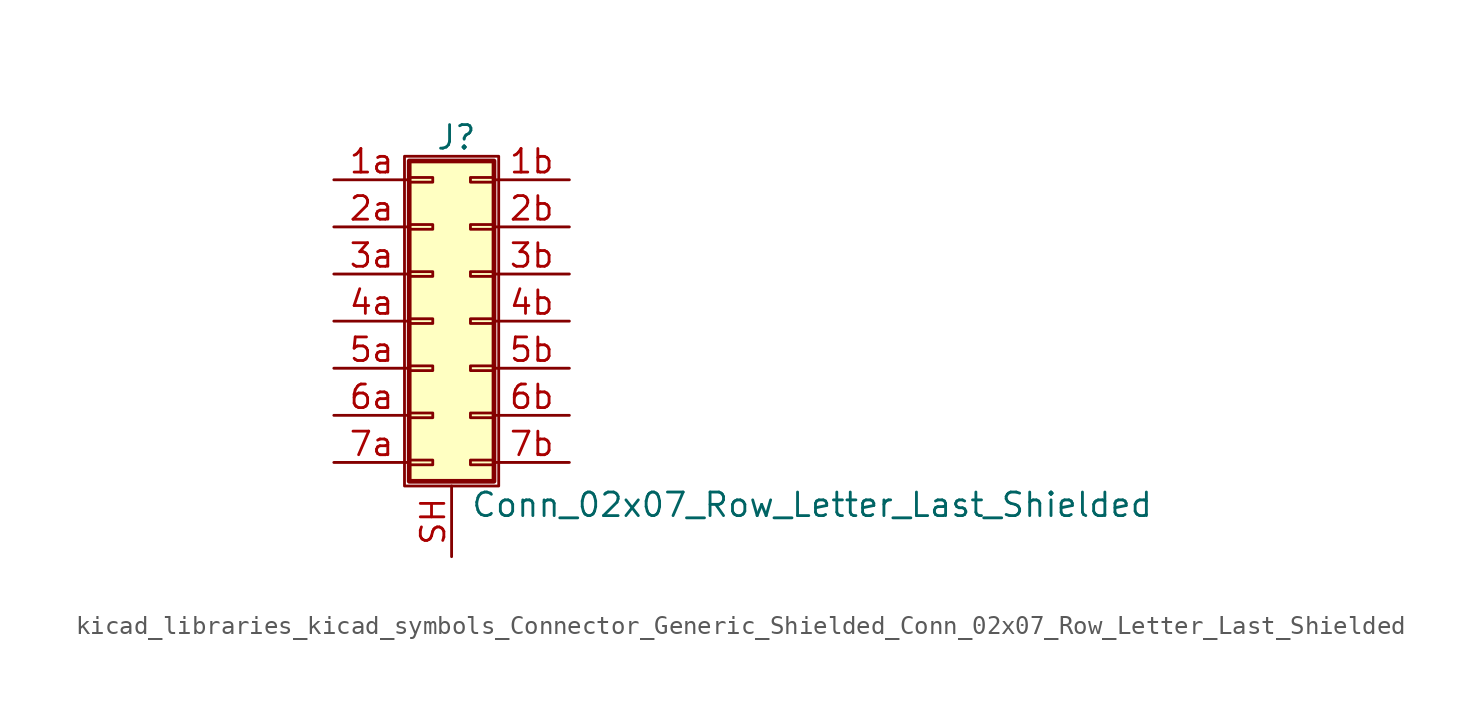
<source format=kicad_sym>
(kicad_symbol_lib
  (version 20220914)
  (generator kicad_symbol_editor)
  (symbol "kicad_libraries_kicad_symbols_Connector_Generic_Shielded_Conn_02x07_Row_Letter_Last_Shielded"
    (pin_names
      (offset 1.016) hide)
    (property "Reference" "J"
      (at 1.524 9.906 0)
      (effects (font (size 1.27 1.27))))
    (property "Value" "Conn_02x07_Row_Letter_Last_Shielded"
      (at 2.286 -9.906 0)
      (effects (font (size 1.27 1.27)) (justify left)))
    (symbol "kicad_libraries_kicad_symbols_Connector_Generic_Shielded_Conn_02x07_Row_Letter_Last_Shielded_1_1"
      (rectangle (start -1.27 8.89) (end 3.81 -8.89) (stroke (width 0.152) (type default)) (fill (type none)))
      (rectangle (start -1.016 -7.493) (end 0.254 -7.747) (stroke (width 0.152) (type default)) (fill (type none)))
      (rectangle (start -1.016 -4.953) (end 0.254 -5.207) (stroke (width 0.152) (type default)) (fill (type none)))
      (rectangle (start -1.016 -2.413) (end 0.254 -2.667) (stroke (width 0.152) (type default)) (fill (type none)))
      (rectangle (start -1.016 0.127) (end 0.254 -0.127) (stroke (width 0.152) (type default)) (fill (type none)))
      (rectangle (start -1.016 2.667) (end 0.254 2.413) (stroke (width 0.152) (type default)) (fill (type none)))
      (rectangle (start -1.016 5.207) (end 0.254 4.953) (stroke (width 0.152) (type default)) (fill (type none)))
      (rectangle (start -1.016 7.747) (end 0.254 7.493) (stroke (width 0.152) (type default)) (fill (type none)))
      (rectangle (start -1.016 8.636) (end 3.556 -8.636) (stroke (width 0.254) (type default)) (fill (type background)))
      (rectangle (start 3.556 -7.493) (end 2.286 -7.747) (stroke (width 0.152) (type default)) (fill (type none)))
      (rectangle (start 3.556 -4.953) (end 2.286 -5.207) (stroke (width 0.152) (type default)) (fill (type none)))
      (rectangle (start 3.556 -2.413) (end 2.286 -2.667) (stroke (width 0.152) (type default)) (fill (type none)))
      (rectangle (start 3.556 0.127) (end 2.286 -0.127) (stroke (width 0.152) (type default)) (fill (type none)))
      (rectangle (start 3.556 2.667) (end 2.286 2.413) (stroke (width 0.152) (type default)) (fill (type none)))
      (rectangle (start 3.556 5.207) (end 2.286 4.953) (stroke (width 0.152) (type default)) (fill (type none)))
      (rectangle (start 3.556 7.747) (end 2.286 7.493) (stroke (width 0.152) (type default)) (fill (type none)))
      (pin passive line (at -5.08 7.62 0) (length 4.064) (name "Pin_1a" (effects (font (size 1.27 1.27)))) (number "1a" (effects (font (size 1.27 1.27)))))
      (pin passive line (at 7.62 7.62 180) (length 4.064) (name "Pin_1b" (effects (font (size 1.27 1.27)))) (number "1b" (effects (font (size 1.27 1.27)))))
      (pin passive line (at -5.08 5.08 0) (length 4.064) (name "Pin_2a" (effects (font (size 1.27 1.27)))) (number "2a" (effects (font (size 1.27 1.27)))))
      (pin passive line (at 7.62 5.08 180) (length 4.064) (name "Pin_2b" (effects (font (size 1.27 1.27)))) (number "2b" (effects (font (size 1.27 1.27)))))
      (pin passive line (at -5.08 2.54 0) (length 4.064) (name "Pin_3a" (effects (font (size 1.27 1.27)))) (number "3a" (effects (font (size 1.27 1.27)))))
      (pin passive line (at 7.62 2.54 180) (length 4.064) (name "Pin_3b" (effects (font (size 1.27 1.27)))) (number "3b" (effects (font (size 1.27 1.27)))))
      (pin passive line (at -5.08 0 0) (length 4.064) (name "Pin_4a" (effects (font (size 1.27 1.27)))) (number "4a" (effects (font (size 1.27 1.27)))))
      (pin passive line (at 7.62 0 180) (length 4.064) (name "Pin_4b" (effects (font (size 1.27 1.27)))) (number "4b" (effects (font (size 1.27 1.27)))))
      (pin passive line (at -5.08 -2.54 0) (length 4.064) (name "Pin_5a" (effects (font (size 1.27 1.27)))) (number "5a" (effects (font (size 1.27 1.27)))))
      (pin passive line (at 7.62 -2.54 180) (length 4.064) (name "Pin_5b" (effects (font (size 1.27 1.27)))) (number "5b" (effects (font (size 1.27 1.27)))))
      (pin passive line (at -5.08 -5.08 0) (length 4.064) (name "Pin_6a" (effects (font (size 1.27 1.27)))) (number "6a" (effects (font (size 1.27 1.27)))))
      (pin passive line (at 7.62 -5.08 180) (length 4.064) (name "Pin_6b" (effects (font (size 1.27 1.27)))) (number "6b" (effects (font (size 1.27 1.27)))))
      (pin passive line (at -5.08 -7.62 0) (length 4.064) (name "Pin_7a" (effects (font (size 1.27 1.27)))) (number "7a" (effects (font (size 1.27 1.27)))))
      (pin passive line (at 7.62 -7.62 180) (length 4.064) (name "Pin_7b" (effects (font (size 1.27 1.27)))) (number "7b" (effects (font (size 1.27 1.27)))))
      (pin passive line (at 1.27 -12.7 90) (length 3.81) (name "Shield" (effects (font (size 1.27 1.27)))) (number "SH" (effects (font (size 1.27 1.27))))))))
</source>
